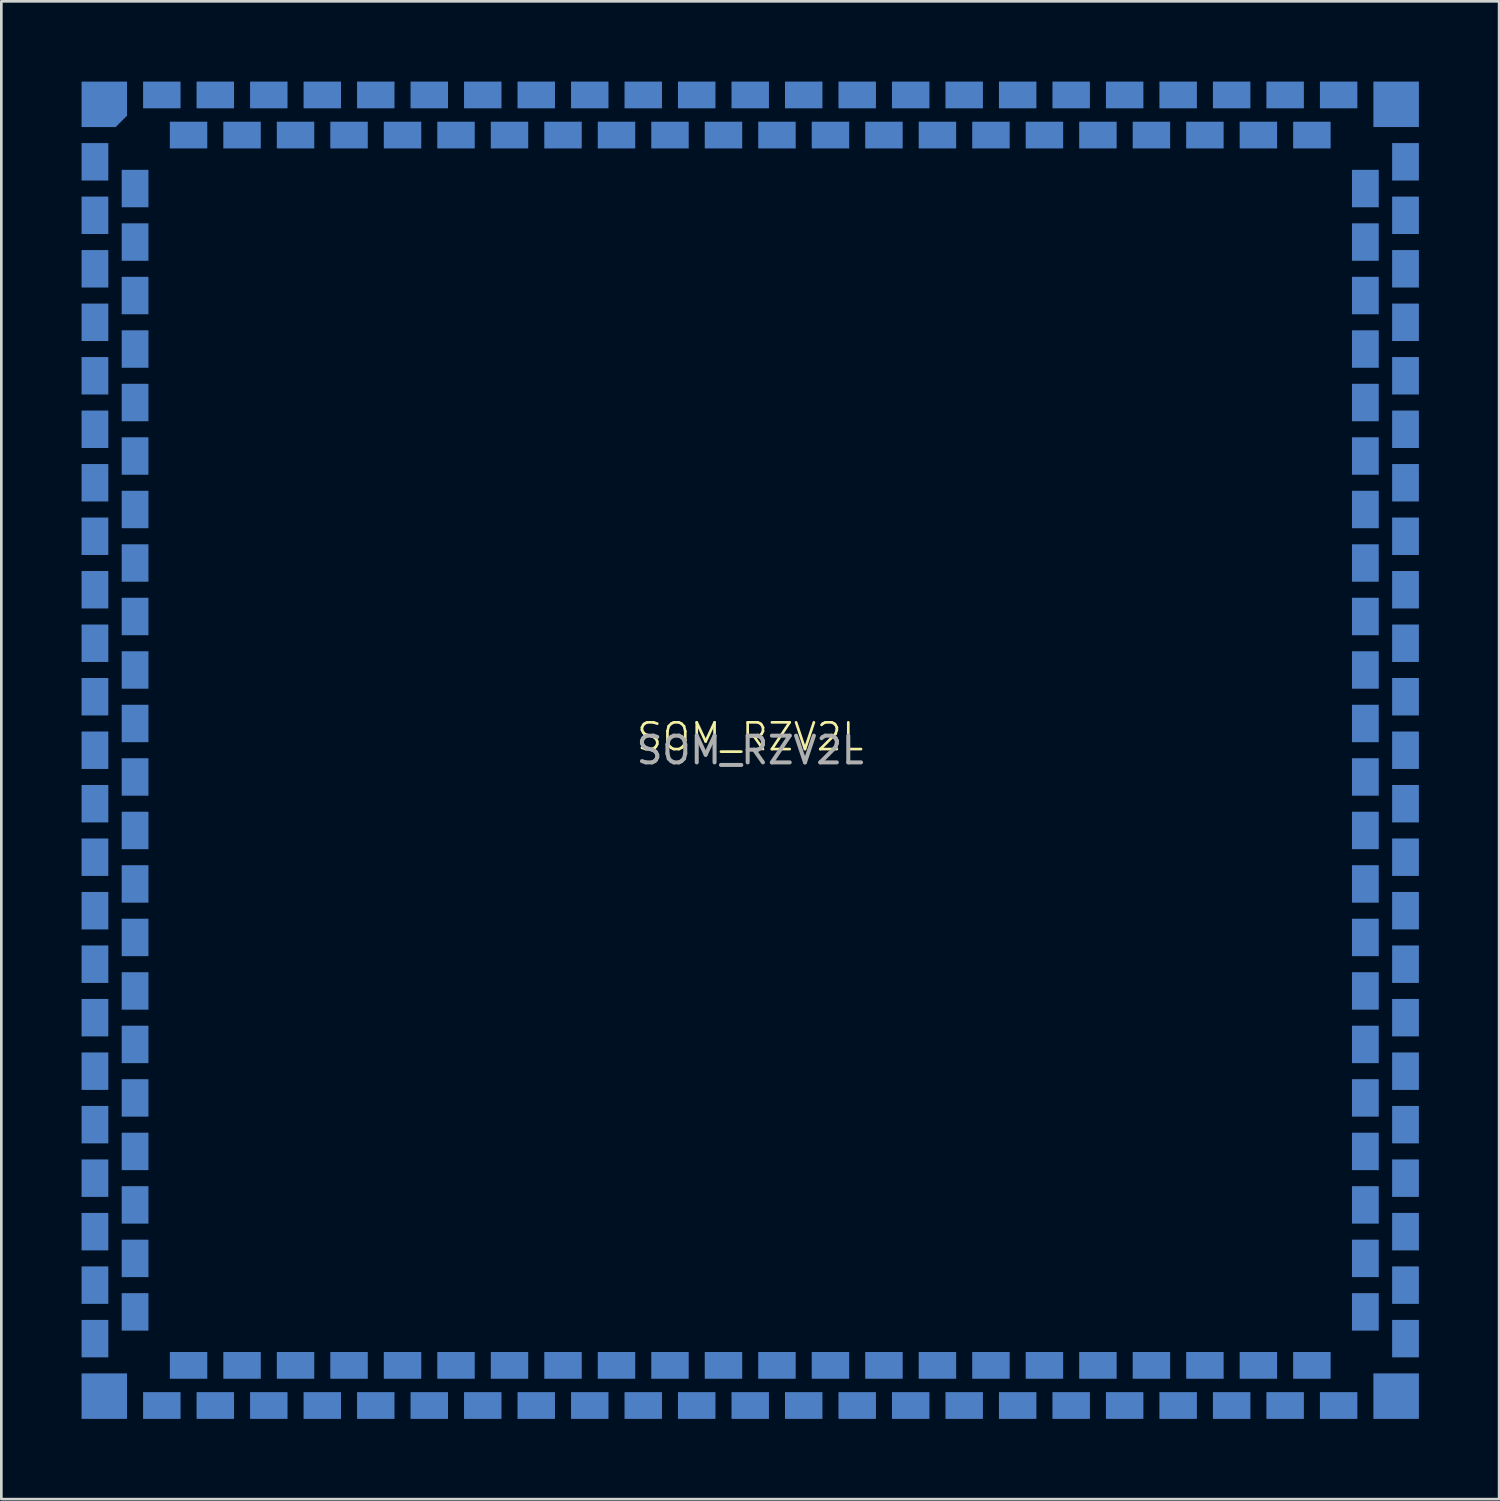
<source format=kicad_pcb>
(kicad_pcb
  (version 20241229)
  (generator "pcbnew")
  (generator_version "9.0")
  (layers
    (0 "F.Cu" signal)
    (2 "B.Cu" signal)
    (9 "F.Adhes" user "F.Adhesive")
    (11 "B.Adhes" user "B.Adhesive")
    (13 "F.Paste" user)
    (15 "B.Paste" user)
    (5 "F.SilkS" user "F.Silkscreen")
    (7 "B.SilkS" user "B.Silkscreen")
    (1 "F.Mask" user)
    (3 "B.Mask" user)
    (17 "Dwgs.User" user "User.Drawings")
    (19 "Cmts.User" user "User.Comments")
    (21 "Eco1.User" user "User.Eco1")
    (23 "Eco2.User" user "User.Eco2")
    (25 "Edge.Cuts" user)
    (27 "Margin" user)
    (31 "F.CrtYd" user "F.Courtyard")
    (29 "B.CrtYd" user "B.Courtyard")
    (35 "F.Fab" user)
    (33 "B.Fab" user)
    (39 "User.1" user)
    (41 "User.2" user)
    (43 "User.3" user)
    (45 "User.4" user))
  (footprint "SOM_RZV2L"
    (layer "F.Cu")
    (at 25 25)
    (property "Reference" "SOM_RZV2L" (at 0 -0.5 0) (unlocked yes) (layer "F.SilkS") (effects (font (size 1 1) (thickness 0.1))))
    (attr smd)
    (fp_text user "${REFERENCE}" (at 0 0 0) (unlocked yes) (layer "F.Fab") (effects (font (size 1 1) (thickness 0.15))))
    (pad "1" smd roundrect (at -24.15 -24.15) (size 1.7 1.7) (layers "B.Cu" "B.Mask") (roundrect_rratio 0) (chamfer_ratio 0.25) (chamfer bottom_right))
    (pad "2" smd rect (at -24.5 -22) (size 1 1.4) (layers "B.Cu" "B.Mask"))
    (pad "3" smd rect (at -24.5 -20) (size 1 1.4) (layers "B.Cu" "B.Mask"))
    (pad "4" smd rect (at -24.5 -18) (size 1 1.4) (layers "B.Cu" "B.Mask"))
    (pad "5" smd rect (at -24.5 -16) (size 1 1.4) (layers "B.Cu" "B.Mask"))
    (pad "6" smd rect (at -24.5 -14) (size 1 1.4) (layers "B.Cu" "B.Mask"))
    (pad "7" smd rect (at -24.5 -12) (size 1 1.4) (layers "B.Cu" "B.Mask"))
    (pad "8" smd rect (at -24.5 -10) (size 1 1.4) (layers "B.Cu" "B.Mask"))
    (pad "9" smd rect (at -24.5 -8) (size 1 1.4) (layers "B.Cu" "B.Mask"))
    (pad "10" smd rect (at -24.5 -6) (size 1 1.4) (layers "B.Cu" "B.Mask"))
    (pad "11" smd rect (at -24.5 -4) (size 1 1.4) (layers "B.Cu" "B.Mask"))
    (pad "12" smd rect (at -24.5 -2) (size 1 1.4) (layers "B.Cu" "B.Mask"))
    (pad "13" smd rect (at -24.5 0) (size 1 1.4) (layers "B.Cu" "B.Mask"))
    (pad "14" smd rect (at -24.5 2) (size 1 1.4) (layers "B.Cu" "B.Mask"))
    (pad "15" smd rect (at -24.5 4) (size 1 1.4) (layers "B.Cu" "B.Mask"))
    (pad "16" smd rect (at -24.5 6) (size 1 1.4) (layers "B.Cu" "B.Mask"))
    (pad "17" smd rect (at -24.5 8) (size 1 1.4) (layers "B.Cu" "B.Mask"))
    (pad "18" smd rect (at -24.5 10) (size 1 1.4) (layers "B.Cu" "B.Mask"))
    (pad "19" smd rect (at -24.5 12) (size 1 1.4) (layers "B.Cu" "B.Mask"))
    (pad "20" smd rect (at -24.5 14) (size 1 1.4) (layers "B.Cu" "B.Mask"))
    (pad "21" smd rect (at -24.5 16) (size 1 1.4) (layers "B.Cu" "B.Mask"))
    (pad "22" smd rect (at -24.5 18) (size 1 1.4) (layers "B.Cu" "B.Mask"))
    (pad "23" smd rect (at -24.5 20) (size 1 1.4) (layers "B.Cu" "B.Mask"))
    (pad "24" smd rect (at -24.5 22) (size 1 1.4) (layers "B.Cu" "B.Mask"))
    (pad "25" smd rect (at -24.15 24.15) (size 1.7 1.7) (layers "B.Cu" "B.Mask"))
    (pad "26" smd rect (at -22 24.5) (size 1.4 1) (layers "B.Cu" "B.Mask"))
    (pad "27" smd rect (at -20 24.5) (size 1.4 1) (layers "B.Cu" "B.Mask"))
    (pad "28" smd rect (at -18 24.5) (size 1.4 1) (layers "B.Cu" "B.Mask"))
    (pad "29" smd rect (at -16 24.5) (size 1.4 1) (layers "B.Cu" "B.Mask"))
    (pad "30" smd rect (at -14 24.5) (size 1.4 1) (layers "B.Cu" "B.Mask"))
    (pad "31" smd rect (at -12 24.5) (size 1.4 1) (layers "B.Cu" "B.Mask"))
    (pad "32" smd rect (at -10 24.5) (size 1.4 1) (layers "B.Cu" "B.Mask"))
    (pad "33" smd rect (at -8 24.5) (size 1.4 1) (layers "B.Cu" "B.Mask"))
    (pad "34" smd rect (at -6 24.5) (size 1.4 1) (layers "B.Cu" "B.Mask"))
    (pad "35" smd rect (at -4 24.5) (size 1.4 1) (layers "B.Cu" "B.Mask"))
    (pad "36" smd rect (at -2 24.5) (size 1.4 1) (layers "B.Cu" "B.Mask"))
    (pad "37" smd rect (at 0 24.5) (size 1.4 1) (layers "B.Cu" "B.Mask"))
    (pad "38" smd rect (at 2 24.5) (size 1.4 1) (layers "B.Cu" "B.Mask"))
    (pad "39" smd rect (at 4 24.5) (size 1.4 1) (layers "B.Cu" "B.Mask"))
    (pad "40" smd rect (at 6 24.5) (size 1.4 1) (layers "B.Cu" "B.Mask"))
    (pad "41" smd rect (at 8 24.5) (size 1.4 1) (layers "B.Cu" "B.Mask"))
    (pad "42" smd rect (at 10 24.5) (size 1.4 1) (layers "B.Cu" "B.Mask"))
    (pad "43" smd rect (at 12 24.5) (size 1.4 1) (layers "B.Cu" "B.Mask"))
    (pad "44" smd rect (at 14 24.5) (size 1.4 1) (layers "B.Cu" "B.Mask"))
    (pad "45" smd rect (at 16 24.5) (size 1.4 1) (layers "B.Cu" "B.Mask"))
    (pad "46" smd rect (at 18 24.5) (size 1.4 1) (layers "B.Cu" "B.Mask"))
    (pad "47" smd rect (at 20 24.5) (size 1.4 1) (layers "B.Cu" "B.Mask"))
    (pad "48" smd rect (at 22 24.5) (size 1.4 1) (layers "B.Cu" "B.Mask"))
    (pad "49" smd rect (at 24.15 24.15) (size 1.7 1.7) (layers "B.Cu" "B.Mask"))
    (pad "50" smd rect (at 24.5 22) (size 1 1.4) (layers "B.Cu" "B.Mask"))
    (pad "51" smd rect (at 24.5 20) (size 1 1.4) (layers "B.Cu" "B.Mask"))
    (pad "52" smd rect (at 24.5 18) (size 1 1.4) (layers "B.Cu" "B.Mask"))
    (pad "53" smd rect (at 24.5 16) (size 1 1.4) (layers "B.Cu" "B.Mask"))
    (pad "54" smd rect (at 24.5 14) (size 1 1.4) (layers "B.Cu" "B.Mask"))
    (pad "55" smd rect (at 24.5 12) (size 1 1.4) (layers "B.Cu" "B.Mask"))
    (pad "56" smd rect (at 24.5 10) (size 1 1.4) (layers "B.Cu" "B.Mask"))
    (pad "57" smd rect (at 24.5 8) (size 1 1.4) (layers "B.Cu" "B.Mask"))
    (pad "58" smd rect (at 24.5 6) (size 1 1.4) (layers "B.Cu" "B.Mask"))
    (pad "59" smd rect (at 24.5 4) (size 1 1.4) (layers "B.Cu" "B.Mask"))
    (pad "60" smd rect (at 24.5 2) (size 1 1.4) (layers "B.Cu" "B.Mask"))
    (pad "61" smd rect (at 24.5 0) (size 1 1.4) (layers "B.Cu" "B.Mask"))
    (pad "62" smd rect (at 24.5 -2) (size 1 1.4) (layers "B.Cu" "B.Mask"))
    (pad "63" smd rect (at 24.5 -4) (size 1 1.4) (layers "B.Cu" "B.Mask"))
    (pad "64" smd rect (at 24.5 -6) (size 1 1.4) (layers "B.Cu" "B.Mask"))
    (pad "65" smd rect (at 24.5 -8) (size 1 1.4) (layers "B.Cu" "B.Mask"))
    (pad "66" smd rect (at 24.5 -10) (size 1 1.4) (layers "B.Cu" "B.Mask"))
    (pad "67" smd rect (at 24.5 -12) (size 1 1.4) (layers "B.Cu" "B.Mask"))
    (pad "68" smd rect (at 24.5 -14) (size 1 1.4) (layers "B.Cu" "B.Mask"))
    (pad "69" smd rect (at 24.5 -16) (size 1 1.4) (layers "B.Cu" "B.Mask"))
    (pad "70" smd rect (at 24.5 -18) (size 1 1.4) (layers "B.Cu" "B.Mask"))
    (pad "71" smd rect (at 24.5 -20) (size 1 1.4) (layers "B.Cu" "B.Mask"))
    (pad "72" smd rect (at 24.5 -22) (size 1 1.4) (layers "B.Cu" "B.Mask"))
    (pad "73" smd rect (at 24.15 -24.15) (size 1.7 1.7) (layers "B.Cu" "B.Mask"))
    (pad "74" smd rect (at 22 -24.5) (size 1.4 1) (layers "B.Cu" "B.Mask"))
    (pad "75" smd rect (at 20 -24.5) (size 1.4 1) (layers "B.Cu" "B.Mask"))
    (pad "76" smd rect (at 18 -24.5) (size 1.4 1) (layers "B.Cu" "B.Mask"))
    (pad "77" smd rect (at 16 -24.5) (size 1.4 1) (layers "B.Cu" "B.Mask"))
    (pad "78" smd rect (at 14 -24.5) (size 1.4 1) (layers "B.Cu" "B.Mask"))
    (pad "79" smd rect (at 12 -24.5) (size 1.4 1) (layers "B.Cu" "B.Mask"))
    (pad "80" smd rect (at 10 -24.5) (size 1.4 1) (layers "B.Cu" "B.Mask"))
    (pad "81" smd rect (at 8 -24.5) (size 1.4 1) (layers "B.Cu" "B.Mask"))
    (pad "82" smd rect (at 6 -24.5) (size 1.4 1) (layers "B.Cu" "B.Mask"))
    (pad "83" smd rect (at 4 -24.5) (size 1.4 1) (layers "B.Cu" "B.Mask"))
    (pad "84" smd rect (at 2 -24.5) (size 1.4 1) (layers "B.Cu" "B.Mask"))
    (pad "85" smd rect (at 0 -24.5) (size 1.4 1) (layers "B.Cu" "B.Mask"))
    (pad "86" smd rect (at -2 -24.5) (size 1.4 1) (layers "B.Cu" "B.Mask"))
    (pad "87" smd rect (at -4 -24.5) (size 1.4 1) (layers "B.Cu" "B.Mask"))
    (pad "88" smd rect (at -6 -24.5) (size 1.4 1) (layers "B.Cu" "B.Mask"))
    (pad "89" smd rect (at -8 -24.5) (size 1.4 1) (layers "B.Cu" "B.Mask"))
    (pad "90" smd rect (at -10 -24.5) (size 1.4 1) (layers "B.Cu" "B.Mask"))
    (pad "91" smd rect (at -12 -24.5) (size 1.4 1) (layers "B.Cu" "B.Mask"))
    (pad "92" smd rect (at -14 -24.5) (size 1.4 1) (layers "B.Cu" "B.Mask"))
    (pad "93" smd rect (at -16 -24.5) (size 1.4 1) (layers "B.Cu" "B.Mask"))
    (pad "94" smd rect (at -18 -24.5) (size 1.4 1) (layers "B.Cu" "B.Mask"))
    (pad "95" smd rect (at -20 -24.5) (size 1.4 1) (layers "B.Cu" "B.Mask"))
    (pad "96" smd rect (at -22 -24.5) (size 1.4 1) (layers "B.Cu" "B.Mask"))
    (pad "97" smd rect (at -23 -21) (size 1 1.4) (layers "B.Cu" "B.Mask"))
    (pad "98" smd rect (at -23 -19) (size 1 1.4) (layers "B.Cu" "B.Mask"))
    (pad "99" smd rect (at -23 -17) (size 1 1.4) (layers "B.Cu" "B.Mask"))
    (pad "100" smd rect (at -23 -15) (size 1 1.4) (layers "B.Cu" "B.Mask"))
    (pad "101" smd rect (at -23 -13) (size 1 1.4) (layers "B.Cu" "B.Mask"))
    (pad "102" smd rect (at -23 -11) (size 1 1.4) (layers "B.Cu" "B.Mask"))
    (pad "103" smd rect (at -23 -9) (size 1 1.4) (layers "B.Cu" "B.Mask"))
    (pad "104" smd rect (at -23 -7) (size 1 1.4) (layers "B.Cu" "B.Mask"))
    (pad "105" smd rect (at -23 -5) (size 1 1.4) (layers "B.Cu" "B.Mask"))
    (pad "106" smd rect (at -23 -3) (size 1 1.4) (layers "B.Cu" "B.Mask"))
    (pad "107" smd rect (at -23 -1) (size 1 1.4) (layers "B.Cu" "B.Mask"))
    (pad "108" smd rect (at -23 1) (size 1 1.4) (layers "B.Cu" "B.Mask"))
    (pad "109" smd rect (at -23 3) (size 1 1.4) (layers "B.Cu" "B.Mask"))
    (pad "110" smd rect (at -23 5) (size 1 1.4) (layers "B.Cu" "B.Mask"))
    (pad "111" smd rect (at -23 7) (size 1 1.4) (layers "B.Cu" "B.Mask"))
    (pad "112" smd rect (at -23 9) (size 1 1.4) (layers "B.Cu" "B.Mask"))
    (pad "113" smd rect (at -23 11) (size 1 1.4) (layers "B.Cu" "B.Mask"))
    (pad "114" smd rect (at -23 13) (size 1 1.4) (layers "B.Cu" "B.Mask"))
    (pad "115" smd rect (at -23 15) (size 1 1.4) (layers "B.Cu" "B.Mask"))
    (pad "116" smd rect (at -23 17) (size 1 1.4) (layers "B.Cu" "B.Mask"))
    (pad "117" smd rect (at -23 19) (size 1 1.4) (layers "B.Cu" "B.Mask"))
    (pad "118" smd rect (at -23 21) (size 1 1.4) (layers "B.Cu" "B.Mask"))
    (pad "119" smd rect (at -21 23) (size 1.4 1) (layers "B.Cu" "B.Mask"))
    (pad "120" smd rect (at -19 23) (size 1.4 1) (layers "B.Cu" "B.Mask"))
    (pad "121" smd rect (at -17 23) (size 1.4 1) (layers "B.Cu" "B.Mask"))
    (pad "122" smd rect (at -15 23) (size 1.4 1) (layers "B.Cu" "B.Mask"))
    (pad "123" smd rect (at -13 23) (size 1.4 1) (layers "B.Cu" "B.Mask"))
    (pad "124" smd rect (at -11 23) (size 1.4 1) (layers "B.Cu" "B.Mask"))
    (pad "125" smd rect (at -9 23) (size 1.4 1) (layers "B.Cu" "B.Mask"))
    (pad "126" smd rect (at -7 23) (size 1.4 1) (layers "B.Cu" "B.Mask"))
    (pad "127" smd rect (at -5 23) (size 1.4 1) (layers "B.Cu" "B.Mask"))
    (pad "128" smd rect (at -3 23) (size 1.4 1) (layers "B.Cu" "B.Mask"))
    (pad "129" smd rect (at -1 23) (size 1.4 1) (layers "B.Cu" "B.Mask"))
    (pad "130" smd rect (at 1 23) (size 1.4 1) (layers "B.Cu" "B.Mask"))
    (pad "131" smd rect (at 3 23) (size 1.4 1) (layers "B.Cu" "B.Mask"))
    (pad "132" smd rect (at 5 23) (size 1.4 1) (layers "B.Cu" "B.Mask"))
    (pad "133" smd rect (at 7 23) (size 1.4 1) (layers "B.Cu" "B.Mask"))
    (pad "134" smd rect (at 9 23) (size 1.4 1) (layers "B.Cu" "B.Mask"))
    (pad "135" smd rect (at 11 23) (size 1.4 1) (layers "B.Cu" "B.Mask"))
    (pad "136" smd rect (at 13 23) (size 1.4 1) (layers "B.Cu" "B.Mask"))
    (pad "137" smd rect (at 15 23) (size 1.4 1) (layers "B.Cu" "B.Mask"))
    (pad "138" smd rect (at 17 23) (size 1.4 1) (layers "B.Cu" "B.Mask"))
    (pad "139" smd rect (at 19 23) (size 1.4 1) (layers "B.Cu" "B.Mask"))
    (pad "140" smd rect (at 21 23) (size 1.4 1) (layers "B.Cu" "B.Mask"))
    (pad "141" smd rect (at 23 21) (size 1 1.4) (layers "B.Cu" "B.Mask"))
    (pad "142" smd rect (at 23 19) (size 1 1.4) (layers "B.Cu" "B.Mask"))
    (pad "143" smd rect (at 23 17) (size 1 1.4) (layers "B.Cu" "B.Mask"))
    (pad "144" smd rect (at 23 15) (size 1 1.4) (layers "B.Cu" "B.Mask"))
    (pad "145" smd rect (at 23 13) (size 1 1.4) (layers "B.Cu" "B.Mask"))
    (pad "146" smd rect (at 23 11) (size 1 1.4) (layers "B.Cu" "B.Mask"))
    (pad "147" smd rect (at 23 9) (size 1 1.4) (layers "B.Cu" "B.Mask"))
    (pad "148" smd rect (at 23 7) (size 1 1.4) (layers "B.Cu" "B.Mask"))
    (pad "149" smd rect (at 23 5) (size 1 1.4) (layers "B.Cu" "B.Mask"))
    (pad "150" smd rect (at 23 3) (size 1 1.4) (layers "B.Cu" "B.Mask"))
    (pad "151" smd rect (at 23 1) (size 1 1.4) (layers "B.Cu" "B.Mask"))
    (pad "152" smd rect (at 23 -1) (size 1 1.4) (layers "B.Cu" "B.Mask"))
    (pad "153" smd rect (at 23 -3) (size 1 1.4) (layers "B.Cu" "B.Mask"))
    (pad "154" smd rect (at 23 -5) (size 1 1.4) (layers "B.Cu" "B.Mask"))
    (pad "155" smd rect (at 23 -7) (size 1 1.4) (layers "B.Cu" "B.Mask"))
    (pad "156" smd rect (at 23 -9) (size 1 1.4) (layers "B.Cu" "B.Mask"))
    (pad "157" smd rect (at 23 -11) (size 1 1.4) (layers "B.Cu" "B.Mask"))
    (pad "158" smd rect (at 23 -13) (size 1 1.4) (layers "B.Cu" "B.Mask"))
    (pad "159" smd rect (at 23 -15) (size 1 1.4) (layers "B.Cu" "B.Mask"))
    (pad "160" smd rect (at 23 -17) (size 1 1.4) (layers "B.Cu" "B.Mask"))
    (pad "161" smd rect (at 23 -19) (size 1 1.4) (layers "B.Cu" "B.Mask"))
    (pad "162" smd rect (at 23 -21) (size 1 1.4) (layers "B.Cu" "B.Mask"))
    (pad "163" smd rect (at 21 -23) (size 1.4 1) (layers "B.Cu" "B.Mask"))
    (pad "164" smd rect (at 19 -23) (size 1.4 1) (layers "B.Cu" "B.Mask"))
    (pad "165" smd rect (at 17 -23) (size 1.4 1) (layers "B.Cu" "B.Mask"))
    (pad "166" smd rect (at 15 -23) (size 1.4 1) (layers "B.Cu" "B.Mask"))
    (pad "167" smd rect (at 13 -23) (size 1.4 1) (layers "B.Cu" "B.Mask"))
    (pad "168" smd rect (at 11 -23) (size 1.4 1) (layers "B.Cu" "B.Mask"))
    (pad "169" smd rect (at 9 -23) (size 1.4 1) (layers "B.Cu" "B.Mask"))
    (pad "170" smd rect (at 7 -23) (size 1.4 1) (layers "B.Cu" "B.Mask"))
    (pad "171" smd rect (at 5 -23) (size 1.4 1) (layers "B.Cu" "B.Mask"))
    (pad "172" smd rect (at 3 -23) (size 1.4 1) (layers "B.Cu" "B.Mask"))
    (pad "173" smd rect (at 1 -23) (size 1.4 1) (layers "B.Cu" "B.Mask"))
    (pad "174" smd rect (at -1 -23) (size 1.4 1) (layers "B.Cu" "B.Mask"))
    (pad "175" smd rect (at -3 -23) (size 1.4 1) (layers "B.Cu" "B.Mask"))
    (pad "176" smd rect (at -5 -23) (size 1.4 1) (layers "B.Cu" "B.Mask"))
    (pad "177" smd rect (at -7 -23) (size 1.4 1) (layers "B.Cu" "B.Mask"))
    (pad "178" smd rect (at -9 -23) (size 1.4 1) (layers "B.Cu" "B.Mask"))
    (pad "179" smd rect (at -11 -23) (size 1.4 1) (layers "B.Cu" "B.Mask"))
    (pad "180" smd rect (at -13 -23) (size 1.4 1) (layers "B.Cu" "B.Mask"))
    (pad "181" smd rect (at -15 -23) (size 1.4 1) (layers "B.Cu" "B.Mask"))
    (pad "182" smd rect (at -17 -23) (size 1.4 1) (layers "B.Cu" "B.Mask"))
    (pad "183" smd rect (at -19 -23) (size 1.4 1) (layers "B.Cu" "B.Mask"))
    (pad "184" smd rect (at -21 -23) (size 1.4 1) (layers "B.Cu" "B.Mask")))
  (gr_rect
    (start -3 -3)
    (end 53 53)
    (stroke (width 0.1) (type default))
    (fill no)
    (layer "Edge.Cuts")))
</source>
